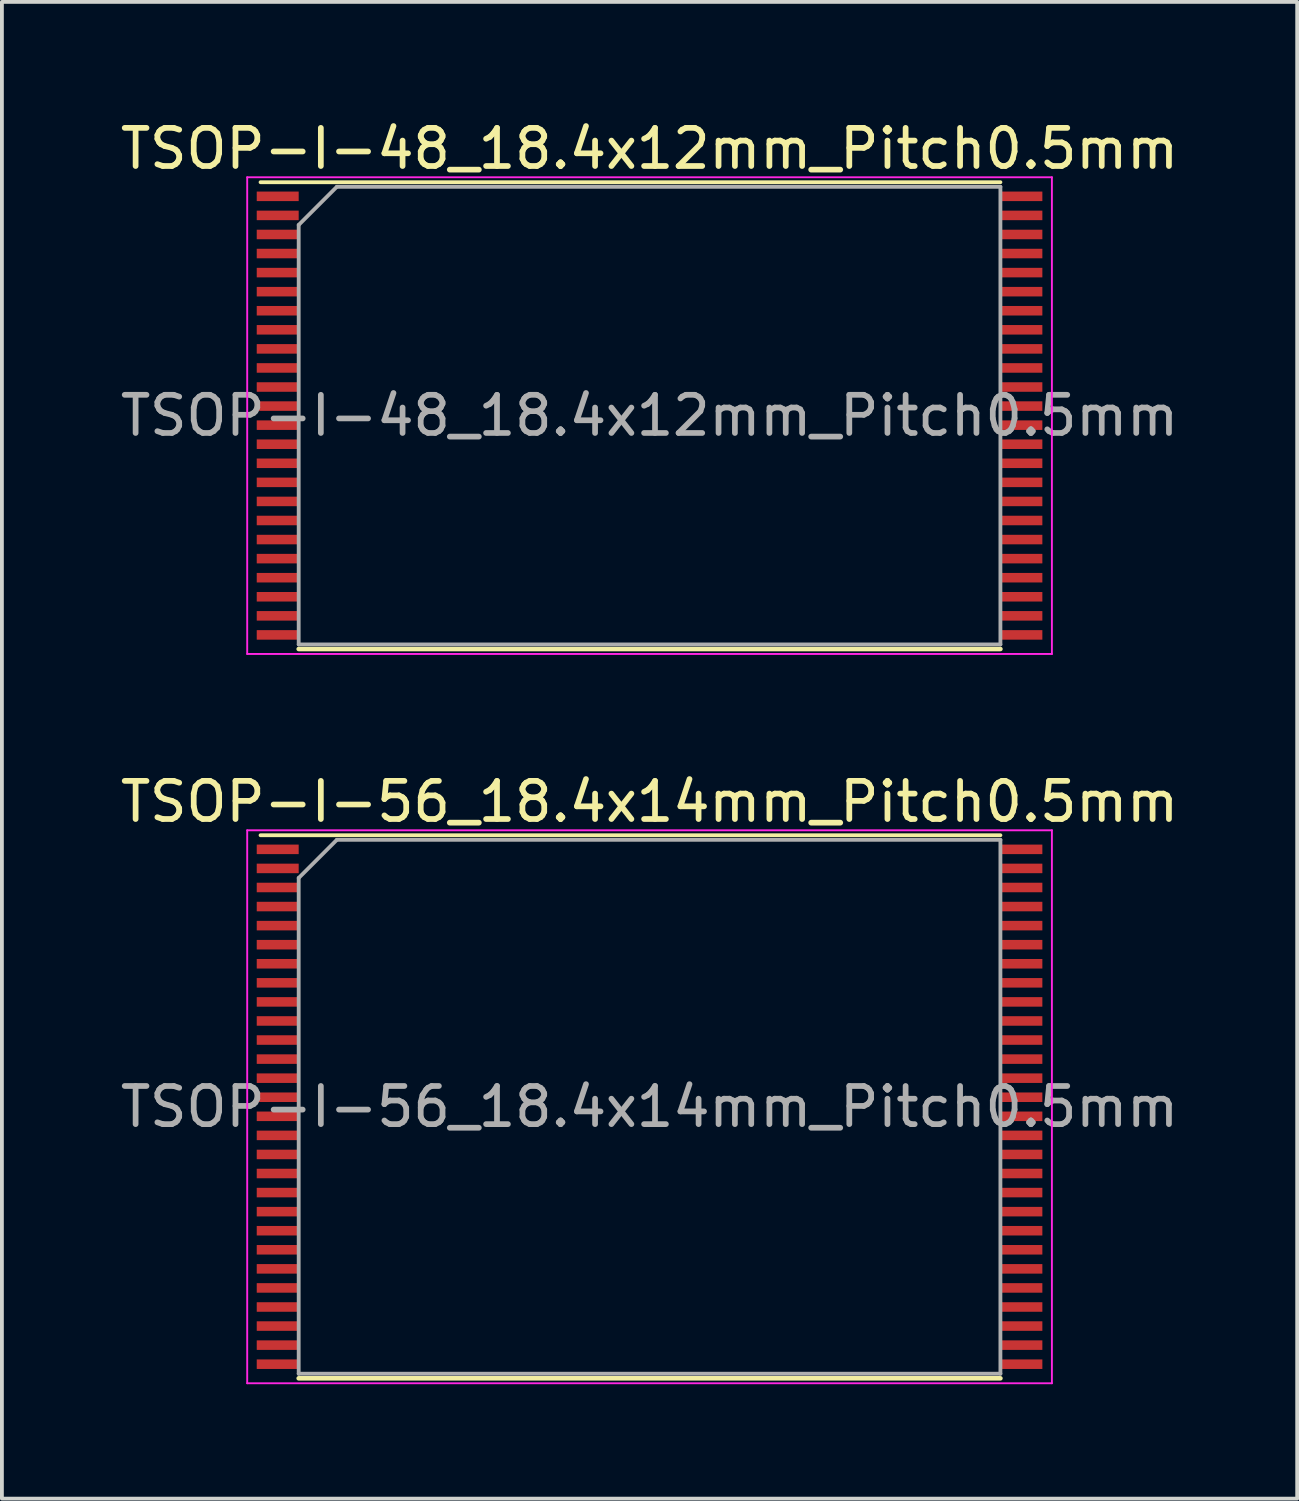
<source format=kicad_pcb>
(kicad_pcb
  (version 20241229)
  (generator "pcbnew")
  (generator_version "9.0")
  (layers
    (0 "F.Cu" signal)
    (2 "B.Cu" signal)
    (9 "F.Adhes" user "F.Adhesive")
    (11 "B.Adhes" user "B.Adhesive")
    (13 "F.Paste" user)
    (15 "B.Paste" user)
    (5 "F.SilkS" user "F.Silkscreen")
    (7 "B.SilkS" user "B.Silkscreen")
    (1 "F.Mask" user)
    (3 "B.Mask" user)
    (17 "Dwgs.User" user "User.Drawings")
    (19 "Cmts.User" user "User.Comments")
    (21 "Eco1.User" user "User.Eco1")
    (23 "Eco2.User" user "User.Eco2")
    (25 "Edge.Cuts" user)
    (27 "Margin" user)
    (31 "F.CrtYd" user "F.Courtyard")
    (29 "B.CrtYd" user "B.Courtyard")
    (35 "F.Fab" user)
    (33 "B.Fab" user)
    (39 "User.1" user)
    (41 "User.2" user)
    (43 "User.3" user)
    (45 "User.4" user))
  (footprint "TSOP-I-56_18.4x14mm_Pitch0.5mm"
    (layer "F.Cu")
    (at 13.982 25.971)
    (property "Reference" "TSOP-I-56_18.4x14mm_Pitch0.5mm" (at 0 -8 0) (layer "F.SilkS") (effects (font (size 1 1) (thickness 0.15))))
    (attr smd)
    (fp_line (start -9.2 7.12) (end 9.2 7.12) (stroke (width 0.12) (type solid)) (layer "F.SilkS"))
    (fp_line (start 9.2 -7.12) (end -10.2 -7.12) (stroke (width 0.1) (type solid)) (layer "F.SilkS"))
    (fp_line (start -10.55 -7.25) (end 10.55 -7.25) (stroke (width 0.05) (type solid)) (layer "F.CrtYd"))
    (fp_line (start -10.55 7.25) (end -10.55 -7.25) (stroke (width 0.05) (type solid)) (layer "F.CrtYd"))
    (fp_line (start 10.55 -7.25) (end 10.55 7.25) (stroke (width 0.05) (type solid)) (layer "F.CrtYd"))
    (fp_line (start 10.55 7.25) (end -10.55 7.25) (stroke (width 0.05) (type solid)) (layer "F.CrtYd"))
    (fp_line (start -9.2 7) (end -9.2 -6) (stroke (width 0.1) (type solid)) (layer "F.Fab"))
    (fp_line (start -8.2 -7) (end -9.2 -6) (stroke (width 0.1) (type solid)) (layer "F.Fab"))
    (fp_line (start -8.2 -7) (end 9.2 -7) (stroke (width 0.1) (type solid)) (layer "F.Fab"))
    (fp_line (start 9.2 -7) (end 9.2 7) (stroke (width 0.1) (type solid)) (layer "F.Fab"))
    (fp_line (start 9.2 7) (end -9.2 7) (stroke (width 0.1) (type solid)) (layer "F.Fab"))
    (fp_text user "${REFERENCE}" (at 0 0 0) (layer "F.Fab") (effects (font (size 1 1) (thickness 0.15))))
    (pad "1" smd rect (at -9.75 -6.75) (size 1.1 0.25) (layers "F.Cu" "F.Mask" "F.Paste"))
    (pad "2" smd rect (at -9.75 -6.25) (size 1.1 0.25) (layers "F.Cu" "F.Mask" "F.Paste"))
    (pad "3" smd rect (at -9.75 -5.75) (size 1.1 0.25) (layers "F.Cu" "F.Mask" "F.Paste"))
    (pad "4" smd rect (at -9.75 -5.25) (size 1.1 0.25) (layers "F.Cu" "F.Mask" "F.Paste"))
    (pad "5" smd rect (at -9.75 -4.75) (size 1.1 0.25) (layers "F.Cu" "F.Mask" "F.Paste"))
    (pad "6" smd rect (at -9.75 -4.25) (size 1.1 0.25) (layers "F.Cu" "F.Mask" "F.Paste"))
    (pad "7" smd rect (at -9.75 -3.75) (size 1.1 0.25) (layers "F.Cu" "F.Mask" "F.Paste"))
    (pad "8" smd rect (at -9.75 -3.25) (size 1.1 0.25) (layers "F.Cu" "F.Mask" "F.Paste"))
    (pad "9" smd rect (at -9.75 -2.75) (size 1.1 0.25) (layers "F.Cu" "F.Mask" "F.Paste"))
    (pad "10" smd rect (at -9.75 -2.25) (size 1.1 0.25) (layers "F.Cu" "F.Mask" "F.Paste"))
    (pad "11" smd rect (at -9.75 -1.75) (size 1.1 0.25) (layers "F.Cu" "F.Mask" "F.Paste"))
    (pad "12" smd rect (at -9.75 -1.25) (size 1.1 0.25) (layers "F.Cu" "F.Mask" "F.Paste"))
    (pad "13" smd rect (at -9.75 -0.75) (size 1.1 0.25) (layers "F.Cu" "F.Mask" "F.Paste"))
    (pad "14" smd rect (at -9.75 -0.25) (size 1.1 0.25) (layers "F.Cu" "F.Mask" "F.Paste"))
    (pad "15" smd rect (at -9.75 0.25) (size 1.1 0.25) (layers "F.Cu" "F.Mask" "F.Paste"))
    (pad "16" smd rect (at -9.75 0.75) (size 1.1 0.25) (layers "F.Cu" "F.Mask" "F.Paste"))
    (pad "17" smd rect (at -9.75 1.25) (size 1.1 0.25) (layers "F.Cu" "F.Mask" "F.Paste"))
    (pad "18" smd rect (at -9.75 1.75) (size 1.1 0.25) (layers "F.Cu" "F.Mask" "F.Paste"))
    (pad "19" smd rect (at -9.75 2.25) (size 1.1 0.25) (layers "F.Cu" "F.Mask" "F.Paste"))
    (pad "20" smd rect (at -9.75 2.75) (size 1.1 0.25) (layers "F.Cu" "F.Mask" "F.Paste"))
    (pad "21" smd rect (at -9.75 3.25) (size 1.1 0.25) (layers "F.Cu" "F.Mask" "F.Paste"))
    (pad "22" smd rect (at -9.75 3.75) (size 1.1 0.25) (layers "F.Cu" "F.Mask" "F.Paste"))
    (pad "23" smd rect (at -9.75 4.25) (size 1.1 0.25) (layers "F.Cu" "F.Mask" "F.Paste"))
    (pad "24" smd rect (at -9.75 4.75) (size 1.1 0.25) (layers "F.Cu" "F.Mask" "F.Paste"))
    (pad "25" smd rect (at -9.75 5.25) (size 1.1 0.25) (layers "F.Cu" "F.Mask" "F.Paste"))
    (pad "26" smd rect (at -9.75 5.75) (size 1.1 0.25) (layers "F.Cu" "F.Mask" "F.Paste"))
    (pad "27" smd rect (at -9.75 6.25) (size 1.1 0.25) (layers "F.Cu" "F.Mask" "F.Paste"))
    (pad "28" smd rect (at -9.75 6.75) (size 1.1 0.25) (layers "F.Cu" "F.Mask" "F.Paste"))
    (pad "29" smd rect (at 9.75 6.75) (size 1.1 0.25) (layers "F.Cu" "F.Mask" "F.Paste"))
    (pad "30" smd rect (at 9.75 6.25) (size 1.1 0.25) (layers "F.Cu" "F.Mask" "F.Paste"))
    (pad "31" smd rect (at 9.75 5.75) (size 1.1 0.25) (layers "F.Cu" "F.Mask" "F.Paste"))
    (pad "32" smd rect (at 9.75 5.25) (size 1.1 0.25) (layers "F.Cu" "F.Mask" "F.Paste"))
    (pad "33" smd rect (at 9.75 4.75) (size 1.1 0.25) (layers "F.Cu" "F.Mask" "F.Paste"))
    (pad "34" smd rect (at 9.75 4.25) (size 1.1 0.25) (layers "F.Cu" "F.Mask" "F.Paste"))
    (pad "35" smd rect (at 9.75 3.75) (size 1.1 0.25) (layers "F.Cu" "F.Mask" "F.Paste"))
    (pad "36" smd rect (at 9.75 3.25) (size 1.1 0.25) (layers "F.Cu" "F.Mask" "F.Paste"))
    (pad "37" smd rect (at 9.75 2.75) (size 1.1 0.25) (layers "F.Cu" "F.Mask" "F.Paste"))
    (pad "38" smd rect (at 9.75 2.25) (size 1.1 0.25) (layers "F.Cu" "F.Mask" "F.Paste"))
    (pad "39" smd rect (at 9.75 1.75) (size 1.1 0.25) (layers "F.Cu" "F.Mask" "F.Paste"))
    (pad "40" smd rect (at 9.75 1.25) (size 1.1 0.25) (layers "F.Cu" "F.Mask" "F.Paste"))
    (pad "41" smd rect (at 9.75 0.75) (size 1.1 0.25) (layers "F.Cu" "F.Mask" "F.Paste"))
    (pad "42" smd rect (at 9.75 0.25) (size 1.1 0.25) (layers "F.Cu" "F.Mask" "F.Paste"))
    (pad "43" smd rect (at 9.75 -0.25) (size 1.1 0.25) (layers "F.Cu" "F.Mask" "F.Paste"))
    (pad "44" smd rect (at 9.75 -0.75) (size 1.1 0.25) (layers "F.Cu" "F.Mask" "F.Paste"))
    (pad "45" smd rect (at 9.75 -1.25) (size 1.1 0.25) (layers "F.Cu" "F.Mask" "F.Paste"))
    (pad "46" smd rect (at 9.75 -1.75) (size 1.1 0.25) (layers "F.Cu" "F.Mask" "F.Paste"))
    (pad "47" smd rect (at 9.75 -2.25) (size 1.1 0.25) (layers "F.Cu" "F.Mask" "F.Paste"))
    (pad "48" smd rect (at 9.75 -2.75) (size 1.1 0.25) (layers "F.Cu" "F.Mask" "F.Paste"))
    (pad "49" smd rect (at 9.75 -3.25) (size 1.1 0.25) (layers "F.Cu" "F.Mask" "F.Paste"))
    (pad "50" smd rect (at 9.75 -3.75) (size 1.1 0.25) (layers "F.Cu" "F.Mask" "F.Paste"))
    (pad "51" smd rect (at 9.75 -4.25) (size 1.1 0.25) (layers "F.Cu" "F.Mask" "F.Paste"))
    (pad "52" smd rect (at 9.75 -4.75) (size 1.1 0.25) (layers "F.Cu" "F.Mask" "F.Paste"))
    (pad "53" smd rect (at 9.75 -5.25) (size 1.1 0.25) (layers "F.Cu" "F.Mask" "F.Paste"))
    (pad "54" smd rect (at 9.75 -5.75) (size 1.1 0.25) (layers "F.Cu" "F.Mask" "F.Paste"))
    (pad "55" smd rect (at 9.75 -6.25) (size 1.1 0.25) (layers "F.Cu" "F.Mask" "F.Paste"))
    (pad "56" smd rect (at 9.75 -6.75) (size 1.1 0.25) (layers "F.Cu" "F.Mask" "F.Paste")))
  (footprint "TSOP-I-48_18.4x12mm_Pitch0.5mm"
    (layer "F.Cu")
    (at 13.982 7.848)
    (property "Reference" "TSOP-I-48_18.4x12mm_Pitch0.5mm" (at 0 -7 0) (layer "F.SilkS") (effects (font (size 1 1) (thickness 0.15))))
    (attr smd)
    (fp_line (start -9.2 6.12) (end 9.2 6.12) (stroke (width 0.12) (type solid)) (layer "F.SilkS"))
    (fp_line (start 9.2 -6.12) (end -10.2 -6.12) (stroke (width 0.1) (type solid)) (layer "F.SilkS"))
    (fp_line (start -10.55 -6.25) (end 10.55 -6.25) (stroke (width 0.05) (type solid)) (layer "F.CrtYd"))
    (fp_line (start -10.55 6.25) (end -10.55 -6.25) (stroke (width 0.05) (type solid)) (layer "F.CrtYd"))
    (fp_line (start 10.55 -6.25) (end 10.55 6.25) (stroke (width 0.05) (type solid)) (layer "F.CrtYd"))
    (fp_line (start 10.55 6.25) (end -10.55 6.25) (stroke (width 0.05) (type solid)) (layer "F.CrtYd"))
    (fp_line (start -9.2 6) (end -9.2 -5) (stroke (width 0.1) (type solid)) (layer "F.Fab"))
    (fp_line (start -8.2 -6) (end -9.2 -5) (stroke (width 0.1) (type solid)) (layer "F.Fab"))
    (fp_line (start -8.2 -6) (end 9.2 -6) (stroke (width 0.1) (type solid)) (layer "F.Fab"))
    (fp_line (start 9.2 -6) (end 9.2 6) (stroke (width 0.1) (type solid)) (layer "F.Fab"))
    (fp_line (start 9.2 6) (end -9.2 6) (stroke (width 0.1) (type solid)) (layer "F.Fab"))
    (fp_text user "${REFERENCE}" (at 0 0 0) (layer "F.Fab") (effects (font (size 1 1) (thickness 0.15))))
    (pad "1" smd rect (at -9.75 -5.75) (size 1.1 0.25) (layers "F.Cu" "F.Mask" "F.Paste"))
    (pad "2" smd rect (at -9.75 -5.25) (size 1.1 0.25) (layers "F.Cu" "F.Mask" "F.Paste"))
    (pad "3" smd rect (at -9.75 -4.75) (size 1.1 0.25) (layers "F.Cu" "F.Mask" "F.Paste"))
    (pad "4" smd rect (at -9.75 -4.25) (size 1.1 0.25) (layers "F.Cu" "F.Mask" "F.Paste"))
    (pad "5" smd rect (at -9.75 -3.75) (size 1.1 0.25) (layers "F.Cu" "F.Mask" "F.Paste"))
    (pad "6" smd rect (at -9.75 -3.25) (size 1.1 0.25) (layers "F.Cu" "F.Mask" "F.Paste"))
    (pad "7" smd rect (at -9.75 -2.75) (size 1.1 0.25) (layers "F.Cu" "F.Mask" "F.Paste"))
    (pad "8" smd rect (at -9.75 -2.25) (size 1.1 0.25) (layers "F.Cu" "F.Mask" "F.Paste"))
    (pad "9" smd rect (at -9.75 -1.75) (size 1.1 0.25) (layers "F.Cu" "F.Mask" "F.Paste"))
    (pad "10" smd rect (at -9.75 -1.25) (size 1.1 0.25) (layers "F.Cu" "F.Mask" "F.Paste"))
    (pad "11" smd rect (at -9.75 -0.75) (size 1.1 0.25) (layers "F.Cu" "F.Mask" "F.Paste"))
    (pad "12" smd rect (at -9.75 -0.25) (size 1.1 0.25) (layers "F.Cu" "F.Mask" "F.Paste"))
    (pad "13" smd rect (at -9.75 0.25) (size 1.1 0.25) (layers "F.Cu" "F.Mask" "F.Paste"))
    (pad "14" smd rect (at -9.75 0.75) (size 1.1 0.25) (layers "F.Cu" "F.Mask" "F.Paste"))
    (pad "15" smd rect (at -9.75 1.25) (size 1.1 0.25) (layers "F.Cu" "F.Mask" "F.Paste"))
    (pad "16" smd rect (at -9.75 1.75) (size 1.1 0.25) (layers "F.Cu" "F.Mask" "F.Paste"))
    (pad "17" smd rect (at -9.75 2.25) (size 1.1 0.25) (layers "F.Cu" "F.Mask" "F.Paste"))
    (pad "18" smd rect (at -9.75 2.75) (size 1.1 0.25) (layers "F.Cu" "F.Mask" "F.Paste"))
    (pad "19" smd rect (at -9.75 3.25) (size 1.1 0.25) (layers "F.Cu" "F.Mask" "F.Paste"))
    (pad "20" smd rect (at -9.75 3.75) (size 1.1 0.25) (layers "F.Cu" "F.Mask" "F.Paste"))
    (pad "21" smd rect (at -9.75 4.25) (size 1.1 0.25) (layers "F.Cu" "F.Mask" "F.Paste"))
    (pad "22" smd rect (at -9.75 4.75) (size 1.1 0.25) (layers "F.Cu" "F.Mask" "F.Paste"))
    (pad "23" smd rect (at -9.75 5.25) (size 1.1 0.25) (layers "F.Cu" "F.Mask" "F.Paste"))
    (pad "24" smd rect (at -9.75 5.75) (size 1.1 0.25) (layers "F.Cu" "F.Mask" "F.Paste"))
    (pad "25" smd rect (at 9.75 5.75) (size 1.1 0.25) (layers "F.Cu" "F.Mask" "F.Paste"))
    (pad "26" smd rect (at 9.75 5.25) (size 1.1 0.25) (layers "F.Cu" "F.Mask" "F.Paste"))
    (pad "27" smd rect (at 9.75 4.75) (size 1.1 0.25) (layers "F.Cu" "F.Mask" "F.Paste"))
    (pad "28" smd rect (at 9.75 4.25) (size 1.1 0.25) (layers "F.Cu" "F.Mask" "F.Paste"))
    (pad "29" smd rect (at 9.75 3.75) (size 1.1 0.25) (layers "F.Cu" "F.Mask" "F.Paste"))
    (pad "30" smd rect (at 9.75 3.25) (size 1.1 0.25) (layers "F.Cu" "F.Mask" "F.Paste"))
    (pad "31" smd rect (at 9.75 2.75) (size 1.1 0.25) (layers "F.Cu" "F.Mask" "F.Paste"))
    (pad "32" smd rect (at 9.75 2.25) (size 1.1 0.25) (layers "F.Cu" "F.Mask" "F.Paste"))
    (pad "33" smd rect (at 9.75 1.75) (size 1.1 0.25) (layers "F.Cu" "F.Mask" "F.Paste"))
    (pad "34" smd rect (at 9.75 1.25) (size 1.1 0.25) (layers "F.Cu" "F.Mask" "F.Paste"))
    (pad "35" smd rect (at 9.75 0.75) (size 1.1 0.25) (layers "F.Cu" "F.Mask" "F.Paste"))
    (pad "36" smd rect (at 9.75 0.25) (size 1.1 0.25) (layers "F.Cu" "F.Mask" "F.Paste"))
    (pad "37" smd rect (at 9.75 -0.25) (size 1.1 0.25) (layers "F.Cu" "F.Mask" "F.Paste"))
    (pad "38" smd rect (at 9.75 -0.75) (size 1.1 0.25) (layers "F.Cu" "F.Mask" "F.Paste"))
    (pad "39" smd rect (at 9.75 -1.25) (size 1.1 0.25) (layers "F.Cu" "F.Mask" "F.Paste"))
    (pad "40" smd rect (at 9.75 -1.75) (size 1.1 0.25) (layers "F.Cu" "F.Mask" "F.Paste"))
    (pad "41" smd rect (at 9.75 -2.25) (size 1.1 0.25) (layers "F.Cu" "F.Mask" "F.Paste"))
    (pad "42" smd rect (at 9.75 -2.75) (size 1.1 0.25) (layers "F.Cu" "F.Mask" "F.Paste"))
    (pad "43" smd rect (at 9.75 -3.25) (size 1.1 0.25) (layers "F.Cu" "F.Mask" "F.Paste"))
    (pad "44" smd rect (at 9.75 -3.75) (size 1.1 0.25) (layers "F.Cu" "F.Mask" "F.Paste"))
    (pad "45" smd rect (at 9.75 -4.25) (size 1.1 0.25) (layers "F.Cu" "F.Mask" "F.Paste"))
    (pad "46" smd rect (at 9.75 -4.75) (size 1.1 0.25) (layers "F.Cu" "F.Mask" "F.Paste"))
    (pad "47" smd rect (at 9.75 -5.25) (size 1.1 0.25) (layers "F.Cu" "F.Mask" "F.Paste"))
    (pad "48" smd rect (at 9.75 -5.75) (size 1.1 0.25) (layers "F.Cu" "F.Mask" "F.Paste")))
  (gr_rect
    (start -3 -3)
    (end 30.964 36.246)
    (stroke (width 0.1) (type default))
    (fill no)
    (layer "Edge.Cuts")))
</source>
